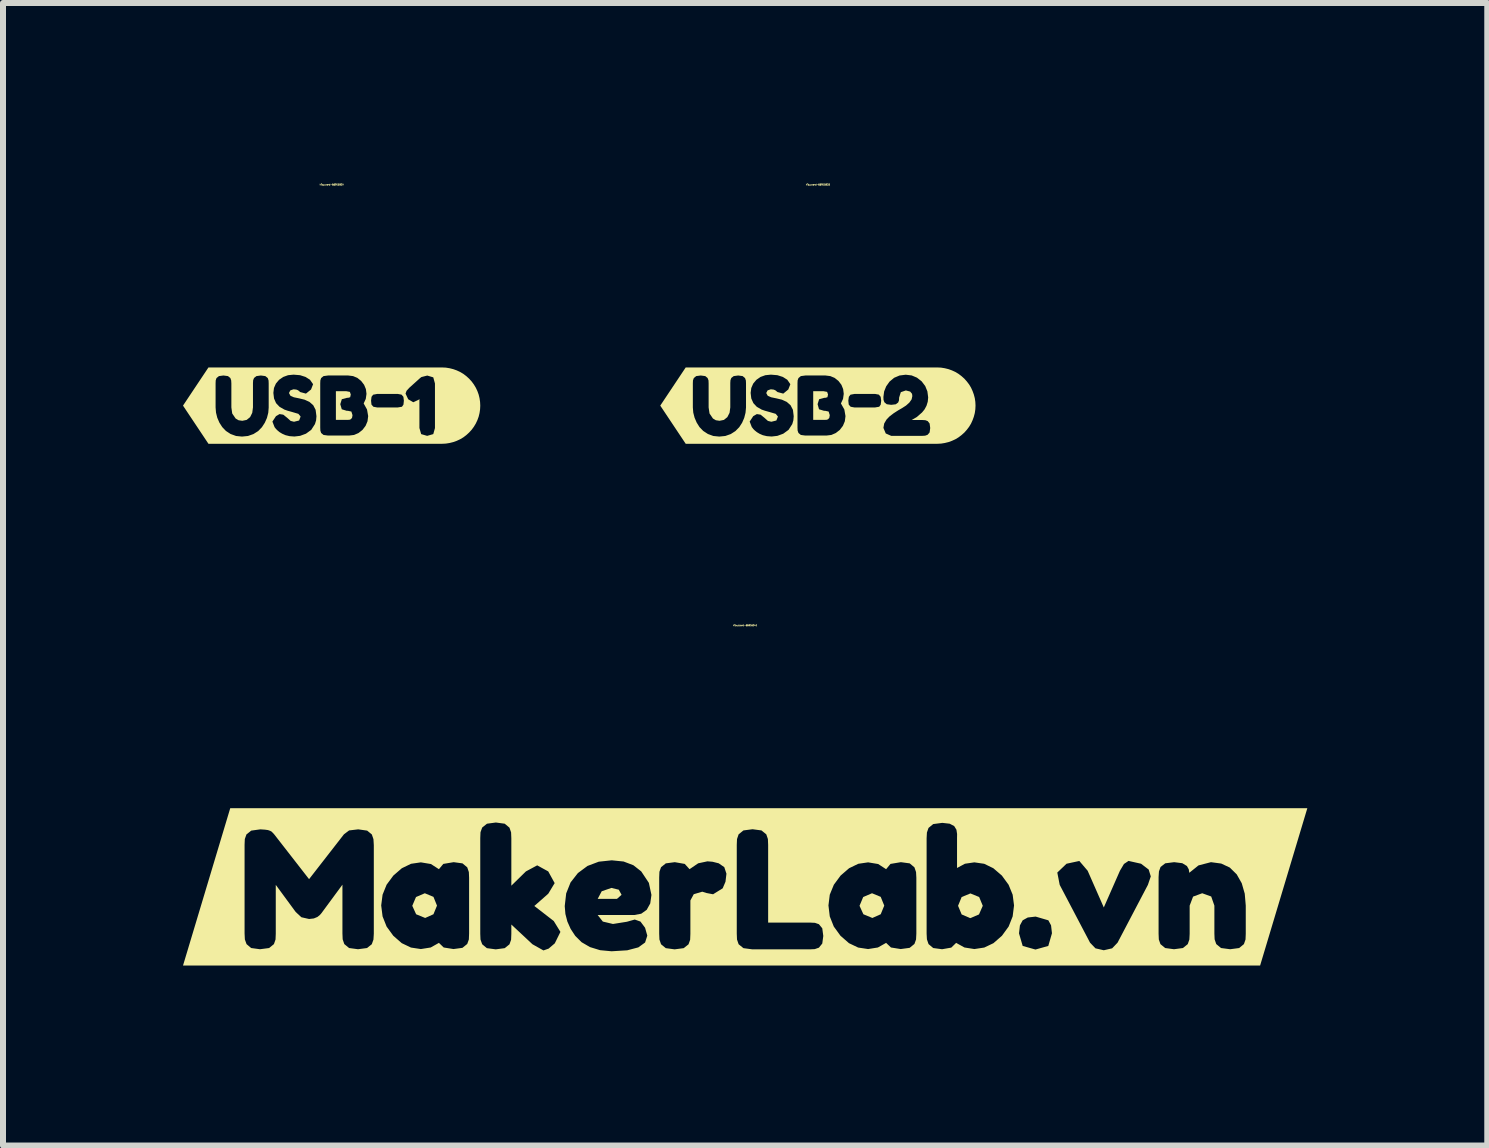
<source format=kicad_pcb>
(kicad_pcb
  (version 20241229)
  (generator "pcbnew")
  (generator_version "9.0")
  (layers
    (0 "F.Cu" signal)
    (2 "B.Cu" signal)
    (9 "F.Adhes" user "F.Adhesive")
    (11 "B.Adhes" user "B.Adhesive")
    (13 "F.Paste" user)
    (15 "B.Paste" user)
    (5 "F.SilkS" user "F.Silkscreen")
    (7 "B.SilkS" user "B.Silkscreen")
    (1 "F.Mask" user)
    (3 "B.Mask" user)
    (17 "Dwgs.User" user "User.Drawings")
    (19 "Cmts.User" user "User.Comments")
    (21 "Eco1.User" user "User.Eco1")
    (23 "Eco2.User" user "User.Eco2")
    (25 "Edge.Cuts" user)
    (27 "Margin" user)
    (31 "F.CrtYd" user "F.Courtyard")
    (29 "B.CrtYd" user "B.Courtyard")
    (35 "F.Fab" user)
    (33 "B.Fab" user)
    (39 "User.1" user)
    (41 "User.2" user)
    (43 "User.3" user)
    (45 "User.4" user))
  (footprint "kibuzzard-66915BD3"
    (layer "F.Cu")
    (at 10.581 3.71)
    (property "Reference" "kibuzzard-66915BD3" (at 0 -3.684 180) (layer "F.SilkS") (effects (font (size 0.025 0.025) (thickness 0.15))))
    (attr board_only exclude_from_pos_files exclude_from_bom)
    (fp_poly (pts (xy -0.078 0.237) (xy 0.127 0.237) (xy 0.147 0.236) (xy 0.169 0.228) (xy 0.19 0.204) (xy 0.198 0.159) (xy 0.179 0.099) (xy 0.119 0.086) (xy 0.101 0.086) (xy 0.019 0.061) (xy -0.005 -0.024) (xy 0.021 -0.107) (xy 0.108 -0.13) (xy 0.125 -0.13) (xy 0.159 -0.14) (xy 0.169 -0.185) (xy 0.154 -0.229) (xy 0.095 -0.24) (xy -0.078 -0.24) (xy -0.078 0.237)) (stroke (width 0) (type solid)) (fill yes) (layer "F.SilkS"))
    (fp_poly (pts (xy -2.084 -0.636) (xy -2.203 -0.636) (xy -2.627 0) (xy -2.203 0.636) (xy -2.084 0.636) (xy -1.643 0.636) (xy -1.643 0.516) (xy -1.743 0.506) (xy -1.833 0.473) (xy -1.911 0.422) (xy -1.973 0.358) (xy -2.02 0.283) (xy -2.055 0.202) (xy -2.077 0.117) (xy -2.084 0.03) (xy -2.084 -0.371) (xy -2.082 -0.42) (xy -2.068 -0.459) (xy -2.028 -0.492) (xy -1.952 -0.502) (xy -1.877 -0.492) (xy -1.838 -0.46) (xy -1.823 -0.42) (xy -1.821 -0.369) (xy -1.821 0.03) (xy -1.806 0.131) (xy -1.749 0.215) (xy -1.7 0.244) (xy -1.639 0.253) (xy -1.566 0.238) (xy -1.509 0.192) (xy -1.472 0.12) (xy -1.46 0.029) (xy -1.46 -0.378) (xy -1.457 -0.424) (xy -1.443 -0.461) (xy -1.403 -0.492) (xy -1.328 -0.502) (xy -1.254 -0.492) (xy -1.214 -0.459) (xy -1.2 -0.418) (xy -1.198 -0.369) (xy -1.198 0.033) (xy -1.206 0.119) (xy -1.228 0.205) (xy -1.263 0.286) (xy -1.311 0.36) (xy -1.374 0.424) (xy -1.452 0.474) (xy -1.543 0.506) (xy -1.643 0.516) (xy -1.643 0.636) (xy -0.77 0.636) (xy -0.77 0.515) (xy -0.851 0.509) (xy -0.918 0.493) (xy -0.973 0.469) (xy -1.017 0.442) (xy -1.052 0.414) (xy -1.077 0.389) (xy -1.092 0.369) (xy -1.101 0.359) (xy -1.137 0.266) (xy -1.077 0.175) (xy -1.017 0.141) (xy -0.955 0.151) (xy -0.891 0.203) (xy -0.833 0.255) (xy -0.776 0.269) (xy -0.692 0.248) (xy -0.666 0.182) (xy -0.703 0.137) (xy -0.816 0.104) (xy -0.884 0.085) (xy -0.938 0.066) (xy -1.018 0.02) (xy -1.075 -0.041) (xy -1.11 -0.119) (xy -1.121 -0.212) (xy -1.11 -0.294) (xy -1.078 -0.367) (xy -1.025 -0.43) (xy -0.956 -0.478) (xy -0.875 -0.507) (xy -0.783 -0.516) (xy -0.675 -0.507) (xy -0.584 -0.478) (xy -0.51 -0.431) (xy -0.459 -0.357) (xy -0.493 -0.269) (xy -0.577 -0.2) (xy -0.673 -0.226) (xy -0.69 -0.24) (xy -0.71 -0.256) (xy -0.738 -0.267) (xy -0.785 -0.272) (xy -0.838 -0.254) (xy -0.861 -0.21) (xy -0.836 -0.164) (xy -0.779 -0.139) (xy -0.692 -0.121) (xy -0.6 -0.099) (xy -0.519 -0.062) (xy -0.456 -0.007) (xy -0.416 0.07) (xy -0.403 0.177) (xy -0.409 0.246) (xy -0.427 0.308) (xy -0.489 0.404) (xy -0.577 0.468) (xy -0.675 0.504) (xy -0.77 0.515) (xy -0.77 0.636) (xy -0.21 0.636) (xy -0.21 0.499) (xy -0.284 0.489) (xy -0.324 0.456) (xy -0.338 0.416) (xy -0.34 0.366) (xy -0.34 -0.372) (xy -0.338 -0.42) (xy -0.324 -0.459) (xy -0.284 -0.492) (xy -0.208 -0.502) (xy 0.127 -0.502) (xy 0.207 -0.492) (xy 0.279 -0.462) (xy 0.343 -0.411) (xy 0.392 -0.347) (xy 0.421 -0.275) (xy 0.431 -0.196) (xy 0.419 -0.112) (xy 0.384 -0.036) (xy 0.441 0.065) (xy 0.46 0.175) (xy 0.449 0.261) (xy 0.417 0.337) (xy 0.365 0.405) (xy 0.298 0.457) (xy 0.224 0.489) (xy 0.141 0.499) (xy -0.21 0.499) (xy -0.21 0.636) (xy 0.951 0.636) (xy 0.951 0.031) (xy 0.61 0.031) (xy 0.546 0.019) (xy 0.514 -0.017) (xy 0.507 -0.083) (xy 0.516 -0.147) (xy 0.543 -0.182) (xy 0.612 -0.195) (xy 0.952 -0.195) (xy 1.016 -0.183) (xy 1.046 -0.147) (xy 1.055 -0.082) (xy 1.047 -0.016) (xy 1.022 0.019) (xy 0.951 0.031) (xy 0.951 0.636) (xy 1.222 0.636) (xy 1.222 0.504) (xy 1.131 0.464) (xy 1.092 0.371) (xy 1.105 0.298) (xy 1.144 0.232) (xy 1.193 0.181) (xy 1.262 0.128) (xy 1.338 0.079) (xy 1.407 0.039) (xy 1.469 -0.001) (xy 1.524 -0.05) (xy 1.562 -0.104) (xy 1.574 -0.159) (xy 1.569 -0.197) (xy 1.538 -0.234) (xy 1.466 -0.253) (xy 1.382 -0.224) (xy 1.354 -0.134) (xy 1.352 -0.089) (xy 1.338 -0.052) (xy 1.298 -0.022) (xy 1.222 -0.013) (xy 1.148 -0.023) (xy 1.108 -0.056) (xy 1.094 -0.095) (xy 1.092 -0.144) (xy 1.104 -0.236) (xy 1.138 -0.321) (xy 1.195 -0.401) (xy 1.271 -0.464) (xy 1.361 -0.502) (xy 1.464 -0.515) (xy 1.563 -0.503) (xy 1.651 -0.466) (xy 1.729 -0.405) (xy 1.789 -0.326) (xy 1.825 -0.237) (xy 1.838 -0.137) (xy 1.831 -0.065) (xy 1.81 0.003) (xy 1.777 0.064) (xy 1.736 0.114) (xy 1.649 0.19) (xy 1.563 0.24) (xy 1.742 0.24) (xy 1.791 0.243) (xy 1.83 0.258) (xy 1.862 0.298) (xy 1.872 0.373) (xy 1.862 0.447) (xy 1.829 0.486) (xy 1.788 0.501) (xy 1.739 0.504) (xy 1.222 0.504) (xy 1.222 0.636) (xy 1.872 0.636) (xy 1.991 0.636) (xy 2.053 0.633) (xy 2.115 0.623) (xy 2.176 0.608) (xy 2.234 0.587) (xy 2.291 0.561) (xy 2.344 0.529) (xy 2.394 0.491) (xy 2.441 0.449) (xy 2.482 0.403) (xy 2.52 0.353) (xy 2.552 0.3) (xy 2.578 0.243) (xy 2.599 0.185) (xy 2.615 0.124) (xy 2.624 0.062) (xy 2.627 0) (xy 2.624 -0.062) (xy 2.615 -0.124) (xy 2.599 -0.185) (xy 2.578 -0.243) (xy 2.552 -0.3) (xy 2.52 -0.353) (xy 2.482 -0.403) (xy 2.441 -0.449) (xy 2.394 -0.491) (xy 2.344 -0.529) (xy 2.291 -0.561) (xy 2.234 -0.587) (xy 2.176 -0.608) (xy 2.115 -0.623) (xy 2.053 -0.633) (xy 1.991 -0.636) (xy 1.872 -0.636) (xy -2.084 -0.636)) (stroke (width 0) (type solid)) (fill yes) (layer "F.SilkS")))
  (footprint "kibuzzard-66916D4E"
    (layer "F.Cu")
    (at 9.369 11.731)
    (property "Reference" "kibuzzard-66916D4E" (at 0 -4.359 180) (layer "F.SilkS") (effects (font (size 0.025 0.025) (thickness 0.15))))
    (attr board_only exclude_from_pos_files exclude_from_bom)
    (fp_poly (pts (xy -2.458 0.2) (xy -2.137 0.2) (xy -2.06 0.132) (xy -2.106 0.047) (xy -2.229 0.017) (xy -2.391 0.073) (xy -2.458 0.2)) (stroke (width 0) (type solid)) (fill yes) (layer "F.SilkS"))
    (fp_poly (pts (xy -5.333 0.518) (xy -5.195 0.456) (xy -5.136 0.312) (xy -5.195 0.166) (xy -5.339 0.106) (xy -5.486 0.169) (xy -5.548 0.315) (xy -5.484 0.456) (xy -5.333 0.518)) (stroke (width 0) (type solid)) (fill yes) (layer "F.SilkS"))
    (fp_poly (pts (xy 2.12 0.518) (xy 2.259 0.456) (xy 2.318 0.312) (xy 2.259 0.166) (xy 2.114 0.106) (xy 1.967 0.169) (xy 1.906 0.315) (xy 1.97 0.456) (xy 2.12 0.518)) (stroke (width 0) (type solid)) (fill yes) (layer "F.SilkS"))
    (fp_poly (pts (xy 3.96 0.315) (xy 3.9 0.169) (xy 3.754 0.109) (xy 3.608 0.169) (xy 3.548 0.315) (xy 3.608 0.459) (xy 3.751 0.521) (xy 3.897 0.459) (xy 3.96 0.315)) (stroke (width 0) (type solid)) (fill yes) (layer "F.SilkS"))
    (fp_poly (pts (xy -8.343 -1.311) (xy -8.582 -1.311) (xy -9.369 1.311) (xy -8.582 1.311) (xy -8.343 1.311) (xy -8.086 1.311) (xy -8.086 1.039) (xy -8.233 1.019) (xy -8.31 0.954) (xy -8.338 0.876) (xy -8.343 0.775) (xy -8.343 -0.701) (xy -8.339 -0.797) (xy -8.312 -0.874) (xy -8.232 -0.938) (xy -8.08 -0.959) (xy -8.004 -0.954) (xy -7.953 -0.947) (xy -7.916 -0.934) (xy -7.891 -0.92) (xy -7.87 -0.898) (xy -7.851 -0.878) (xy -7.268 -0.129) (xy -6.687 -0.876) (xy -6.601 -0.941) (xy -6.449 -0.959) (xy -6.3 -0.938) (xy -6.222 -0.874) (xy -6.195 -0.795) (xy -6.189 -0.695) (xy -6.189 0.781) (xy -6.195 0.878) (xy -6.223 0.956) (xy -6.302 1.019) (xy -6.452 1.039) (xy -6.601 1.019) (xy -6.681 0.953) (xy -6.708 0.874) (xy -6.712 0.775) (xy -6.712 -0.037) (xy -7.047 0.418) (xy -7.064 0.441) (xy -7.092 0.472) (xy -7.129 0.501) (xy -7.189 0.526) (xy -7.268 0.535) (xy -7.396 0.506) (xy -7.491 0.418) (xy -7.823 -0.034) (xy -7.823 0.781) (xy -7.827 0.877) (xy -7.854 0.954) (xy -7.934 1.019) (xy -8.086 1.039) (xy -8.086 1.311) (xy -4.861 1.311) (xy -4.861 1.036) (xy -5.024 1.01) (xy -5.104 0.933) (xy -5.241 1.01) (xy -5.405 1.036) (xy -5.57 1.011) (xy -5.723 0.938) (xy -5.864 0.815) (xy -5.976 0.661) (xy -6.043 0.492) (xy -6.066 0.309) (xy -6.043 0.13) (xy -5.976 -0.036) (xy -5.863 -0.189) (xy -5.722 -0.311) (xy -5.569 -0.385) (xy -5.405 -0.409) (xy -5.237 -0.381) (xy -5.104 -0.295) (xy -5.031 -0.383) (xy -4.858 -0.412) (xy -4.711 -0.392) (xy -4.632 -0.326) (xy -4.605 -0.247) (xy -4.601 -0.152) (xy -4.601 0.778) (xy -4.605 0.876) (xy -4.632 0.951) (xy -4.712 1.016) (xy -4.861 1.036) (xy -4.861 1.311) (xy -3.362 1.311) (xy -3.362 1.059) (xy -3.545 0.956) (xy -3.897 0.627) (xy -3.897 0.784) (xy -3.901 0.881) (xy -3.928 0.957) (xy -4.007 1.021) (xy -4.157 1.041) (xy -4.305 1.021) (xy -4.383 0.956) (xy -4.411 0.877) (xy -4.415 0.781) (xy -4.415 -0.813) (xy -4.411 -0.911) (xy -4.383 -0.989) (xy -4.303 -1.053) (xy -4.155 -1.073) (xy -4.007 -1.053) (xy -3.928 -0.987) (xy -3.901 -0.908) (xy -3.897 -0.81) (xy -3.897 -0.02) (xy -3.654 -0.258) (xy -3.466 -0.359) (xy -3.282 -0.258) (xy -3.175 -0.063) (xy -3.282 0.114) (xy -3.514 0.318) (xy -3.19 0.569) (xy -3.079 0.75) (xy -3.173 0.941) (xy -3.276 1.029) (xy -3.362 1.059) (xy -3.362 1.311) (xy -2.226 1.311) (xy -2.226 1.073) (xy -2.418 1.055) (xy -2.587 1.003) (xy -2.726 0.922) (xy -2.831 0.818) (xy -2.908 0.701) (xy -2.963 0.578) (xy -2.996 0.451) (xy -3.007 0.32) (xy -2.983 0.109) (xy -2.91 -0.074) (xy -2.788 -0.23) (xy -2.628 -0.349) (xy -2.44 -0.42) (xy -2.223 -0.443) (xy -2.026 -0.423) (xy -1.863 -0.361) (xy -1.732 -0.258) (xy -1.605 -0.067) (xy -1.562 0.134) (xy -1.582 0.276) (xy -1.641 0.382) (xy -1.732 0.447) (xy -1.848 0.469) (xy -2.458 0.469) (xy -2.372 0.578) (xy -2.203 0.618) (xy -1.971 0.581) (xy -1.84 0.544) (xy -1.745 0.578) (xy -1.668 0.681) (xy -1.631 0.813) (xy -1.668 0.927) (xy -1.78 1.008) (xy -1.966 1.057) (xy -2.226 1.073) (xy -2.226 1.311) (xy -1.176 1.311) (xy -1.176 1.041) (xy -1.323 1.021) (xy -1.402 0.956) (xy -1.429 0.877) (xy -1.433 0.778) (xy -1.433 -0.155) (xy -1.429 -0.252) (xy -1.402 -0.328) (xy -1.323 -0.392) (xy -1.173 -0.412) (xy -1.007 -0.383) (xy -0.927 -0.295) (xy -0.783 -0.393) (xy -0.629 -0.426) (xy -0.544 -0.419) (xy -0.441 -0.393) (xy -0.348 -0.329) (xy -0.312 -0.22) (xy -0.328 -0.086) (xy -0.375 0.024) (xy -0.535 0.123) (xy -0.645 0.102) (xy -0.715 0.08) (xy -0.857 0.122) (xy -0.913 0.226) (xy -0.913 0.784) (xy -0.917 0.881) (xy -0.944 0.957) (xy -1.024 1.021) (xy -1.176 1.041) (xy -1.176 1.311) (xy 0.12 1.311) (xy 0.12 1.041) (xy -0.029 1.021) (xy -0.109 0.956) (xy -0.136 0.877) (xy -0.14 0.778) (xy -0.14 -0.701) (xy -0.136 -0.797) (xy -0.109 -0.876) (xy -0.029 -0.941) (xy 0.123 -0.961) (xy 0.272 -0.941) (xy 0.352 -0.876) (xy 0.379 -0.797) (xy 0.383 -0.698) (xy 0.383 0.595) (xy 1.082 0.595) (xy 1.163 0.599) (xy 1.229 0.622) (xy 1.285 0.69) (xy 1.302 0.818) (xy 1.285 0.944) (xy 1.229 1.013) (xy 1.16 1.037) (xy 1.079 1.041) (xy 0.12 1.041) (xy 0.12 1.311) (xy 2.592 1.311) (xy 2.592 1.036) (xy 2.43 1.01) (xy 2.349 0.933) (xy 2.212 1.01) (xy 2.049 1.036) (xy 1.883 1.011) (xy 1.73 0.938) (xy 1.589 0.815) (xy 1.477 0.661) (xy 1.41 0.492) (xy 1.388 0.309) (xy 1.41 0.13) (xy 1.478 -0.036) (xy 1.591 -0.189) (xy 1.732 -0.311) (xy 1.885 -0.385) (xy 2.049 -0.409) (xy 2.217 -0.381) (xy 2.349 -0.295) (xy 2.422 -0.383) (xy 2.595 -0.412) (xy 2.742 -0.392) (xy 2.821 -0.326) (xy 2.848 -0.247) (xy 2.853 -0.152) (xy 2.853 0.778) (xy 2.848 0.876) (xy 2.821 0.951) (xy 2.741 1.016) (xy 2.592 1.036) (xy 2.592 1.311) (xy 3.282 1.311) (xy 3.282 1.039) (xy 3.134 1.019) (xy 3.056 0.953) (xy 3.029 0.874) (xy 3.024 0.778) (xy 3.024 -0.81) (xy 3.029 -0.906) (xy 3.056 -0.983) (xy 3.134 -1.047) (xy 3.285 -1.067) (xy 3.409 -1.053) (xy 3.484 -1.013) (xy 3.521 -0.953) (xy 3.532 -0.881) (xy 3.531 -0.807) (xy 3.531 -0.315) (xy 3.663 -0.386) (xy 3.82 -0.409) (xy 3.984 -0.385) (xy 4.136 -0.311) (xy 4.278 -0.189) (xy 4.39 -0.036) (xy 4.458 0.13) (xy 4.481 0.309) (xy 4.458 0.492) (xy 4.391 0.661) (xy 4.279 0.815) (xy 4.138 0.938) (xy 3.985 1.011) (xy 3.82 1.036) (xy 3.655 1.01) (xy 3.516 0.933) (xy 3.435 1.012) (xy 3.282 1.039) (xy 3.282 1.311) (xy 4.838 1.311) (xy 4.838 1.044) (xy 4.625 0.984) (xy 4.564 0.775) (xy 4.579 0.642) (xy 4.625 0.557) (xy 4.71 0.51) (xy 4.841 0.495) (xy 5.053 0.557) (xy 5.098 0.641) (xy 5.113 0.773) (xy 5.052 0.984) (xy 4.838 1.044) (xy 4.838 1.311) (xy 5.977 1.311) (xy 5.977 1.056) (xy 5.838 1.024) (xy 5.748 0.93) (xy 5.242 -0.034) (xy 5.202 -0.239) (xy 5.356 -0.386) (xy 5.569 -0.432) (xy 5.708 -0.269) (xy 5.977 0.343) (xy 6.246 -0.269) (xy 6.313 -0.382) (xy 6.389 -0.433) (xy 6.598 -0.386) (xy 6.725 -0.289) (xy 6.76 -0.175) (xy 6.712 -0.034) (xy 6.206 0.93) (xy 6.116 1.024) (xy 5.977 1.056) (xy 5.977 1.311) (xy 8.083 1.311) (xy 8.083 1.039) (xy 7.931 1.019) (xy 7.851 0.953) (xy 7.824 0.874) (xy 7.82 0.778) (xy 7.82 0.312) (xy 7.767 0.16) (xy 7.617 0.106) (xy 7.465 0.162) (xy 7.408 0.312) (xy 7.408 0.781) (xy 7.403 0.877) (xy 7.376 0.954) (xy 7.296 1.019) (xy 7.147 1.039) (xy 7 1.019) (xy 6.921 0.954) (xy 6.894 0.877) (xy 6.89 0.778) (xy 6.89 -0.163) (xy 6.896 -0.258) (xy 6.923 -0.332) (xy 7.001 -0.393) (xy 7.15 -0.412) (xy 7.285 -0.395) (xy 7.362 -0.348) (xy 7.393 -0.293) (xy 7.402 -0.235) (xy 7.555 -0.358) (xy 7.763 -0.412) (xy 7.934 -0.389) (xy 8.077 -0.322) (xy 8.192 -0.209) (xy 8.276 -0.061) (xy 8.326 0.113) (xy 8.343 0.312) (xy 8.343 0.781) (xy 8.339 0.877) (xy 8.312 0.954) (xy 8.233 1.019) (xy 8.083 1.039) (xy 8.083 1.311) (xy 8.343 1.311) (xy 8.582 1.311) (xy 9.369 -1.311) (xy 8.582 -1.311) (xy 8.343 -1.311) (xy -8.343 -1.311)) (stroke (width 0) (type solid)) (fill yes) (layer "F.SilkS")))
  (footprint "kibuzzard-66915BCA"
    (layer "F.Cu")
    (at 2.477 3.71)
    (property "Reference" "kibuzzard-66915BCA" (at 0 -3.684 180) (layer "F.SilkS") (effects (font (size 0.025 0.025) (thickness 0.15))))
    (attr board_only exclude_from_pos_files exclude_from_bom)
    (fp_poly (pts (xy 0.071 0.237) (xy 0.276 0.237) (xy 0.296 0.236) (xy 0.318 0.228) (xy 0.34 0.204) (xy 0.348 0.159) (xy 0.329 0.099) (xy 0.269 0.086) (xy 0.25 0.086) (xy 0.169 0.061) (xy 0.144 -0.024) (xy 0.17 -0.107) (xy 0.257 -0.13) (xy 0.275 -0.13) (xy 0.309 -0.14) (xy 0.319 -0.185) (xy 0.304 -0.229) (xy 0.245 -0.24) (xy 0.071 -0.24) (xy 0.071 0.237)) (stroke (width 0) (type solid)) (fill yes) (layer "F.SilkS"))
    (fp_poly (pts (xy -1.934 -0.636) (xy -2.053 -0.636) (xy -2.477 0) (xy -2.053 0.636) (xy -1.934 0.636) (xy -1.494 0.636) (xy -1.494 0.516) (xy -1.593 0.506) (xy -1.684 0.473) (xy -1.762 0.422) (xy -1.823 0.358) (xy -1.871 0.283) (xy -1.906 0.202) (xy -1.927 0.117) (xy -1.934 0.03) (xy -1.934 -0.371) (xy -1.932 -0.42) (xy -1.919 -0.459) (xy -1.878 -0.492) (xy -1.803 -0.502) (xy -1.728 -0.492) (xy -1.688 -0.46) (xy -1.674 -0.42) (xy -1.671 -0.369) (xy -1.671 0.03) (xy -1.657 0.131) (xy -1.6 0.215) (xy -1.551 0.244) (xy -1.489 0.253) (xy -1.416 0.238) (xy -1.359 0.192) (xy -1.323 0.12) (xy -1.311 0.029) (xy -1.311 -0.378) (xy -1.308 -0.424) (xy -1.293 -0.461) (xy -1.253 -0.492) (xy -1.179 -0.502) (xy -1.105 -0.492) (xy -1.064 -0.459) (xy -1.051 -0.418) (xy -1.049 -0.369) (xy -1.049 0.033) (xy -1.056 0.119) (xy -1.078 0.205) (xy -1.114 0.286) (xy -1.162 0.36) (xy -1.224 0.424) (xy -1.303 0.474) (xy -1.394 0.506) (xy -1.494 0.516) (xy -1.494 0.636) (xy -0.621 0.636) (xy -0.621 0.515) (xy -0.701 0.509) (xy -0.768 0.493) (xy -0.823 0.469) (xy -0.868 0.442) (xy -0.902 0.414) (xy -0.927 0.389) (xy -0.943 0.369) (xy -0.951 0.359) (xy -0.987 0.266) (xy -0.927 0.175) (xy -0.868 0.141) (xy -0.806 0.151) (xy -0.741 0.203) (xy -0.683 0.255) (xy -0.627 0.269) (xy -0.542 0.248) (xy -0.517 0.182) (xy -0.554 0.137) (xy -0.666 0.104) (xy -0.734 0.085) (xy -0.788 0.066) (xy -0.868 0.02) (xy -0.926 -0.041) (xy -0.96 -0.119) (xy -0.971 -0.212) (xy -0.961 -0.294) (xy -0.929 -0.367) (xy -0.876 -0.43) (xy -0.806 -0.478) (xy -0.726 -0.507) (xy -0.634 -0.516) (xy -0.526 -0.507) (xy -0.435 -0.478) (xy -0.361 -0.431) (xy -0.309 -0.357) (xy -0.343 -0.269) (xy -0.428 -0.2) (xy -0.524 -0.226) (xy -0.54 -0.24) (xy -0.56 -0.256) (xy -0.588 -0.267) (xy -0.635 -0.272) (xy -0.688 -0.254) (xy -0.711 -0.21) (xy -0.686 -0.164) (xy -0.63 -0.139) (xy -0.542 -0.121) (xy -0.451 -0.099) (xy -0.37 -0.062) (xy -0.307 -0.007) (xy -0.267 0.07) (xy -0.253 0.177) (xy -0.259 0.246) (xy -0.278 0.308) (xy -0.34 0.404) (xy -0.428 0.468) (xy -0.526 0.504) (xy -0.621 0.515) (xy -0.621 0.636) (xy -0.06 0.636) (xy -0.06 0.499) (xy -0.135 0.489) (xy -0.175 0.456) (xy -0.188 0.416) (xy -0.19 0.366) (xy -0.19 -0.372) (xy -0.188 -0.42) (xy -0.175 -0.459) (xy -0.135 -0.492) (xy -0.059 -0.502) (xy 0.276 -0.502) (xy 0.357 -0.492) (xy 0.429 -0.462) (xy 0.492 -0.411) (xy 0.541 -0.347) (xy 0.571 -0.275) (xy 0.581 -0.196) (xy 0.569 -0.112) (xy 0.534 -0.036) (xy 0.59 0.065) (xy 0.609 0.175) (xy 0.598 0.261) (xy 0.566 0.337) (xy 0.514 0.405) (xy 0.448 0.457) (xy 0.373 0.489) (xy 0.29 0.499) (xy -0.06 0.499) (xy -0.06 0.636) (xy 1.1 0.636) (xy 1.1 0.031) (xy 0.76 0.031) (xy 0.696 0.019) (xy 0.664 -0.017) (xy 0.657 -0.083) (xy 0.665 -0.147) (xy 0.692 -0.182) (xy 0.761 -0.195) (xy 1.101 -0.195) (xy 1.165 -0.183) (xy 1.196 -0.147) (xy 1.204 -0.082) (xy 1.197 -0.016) (xy 1.172 0.019) (xy 1.1 0.031) (xy 1.1 0.636) (xy 1.592 0.636) (xy 1.592 0.504) (xy 1.492 0.475) (xy 1.463 0.373) (xy 1.463 -0.11) (xy 1.449 -0.097) (xy 1.361 -0.056) (xy 1.276 -0.106) (xy 1.232 -0.2) (xy 1.248 -0.246) (xy 1.292 -0.295) (xy 1.473 -0.458) (xy 1.496 -0.476) (xy 1.594 -0.501) (xy 1.694 -0.471) (xy 1.722 -0.369) (xy 1.722 0.375) (xy 1.694 0.475) (xy 1.592 0.504) (xy 1.592 0.636) (xy 1.722 0.636) (xy 1.842 0.636) (xy 1.904 0.633) (xy 1.966 0.623) (xy 2.026 0.608) (xy 2.085 0.587) (xy 2.141 0.561) (xy 2.195 0.529) (xy 2.245 0.491) (xy 2.291 0.449) (xy 2.333 0.403) (xy 2.37 0.353) (xy 2.402 0.3) (xy 2.429 0.243) (xy 2.45 0.185) (xy 2.465 0.124) (xy 2.474 0.062) (xy 2.477 0) (xy 2.474 -0.062) (xy 2.465 -0.124) (xy 2.45 -0.185) (xy 2.429 -0.243) (xy 2.402 -0.3) (xy 2.37 -0.353) (xy 2.333 -0.403) (xy 2.291 -0.449) (xy 2.245 -0.491) (xy 2.195 -0.529) (xy 2.141 -0.561) (xy 2.085 -0.587) (xy 2.026 -0.608) (xy 1.966 -0.623) (xy 1.904 -0.633) (xy 1.842 -0.636) (xy 1.722 -0.636) (xy -1.934 -0.636)) (stroke (width 0) (type solid)) (fill yes) (layer "F.SilkS")))
  (gr_rect
    (start -3 -3)
    (end 21.737 16.042)
    (stroke (width 0.1) (type default))
    (fill no)
    (layer "Edge.Cuts")))
</source>
